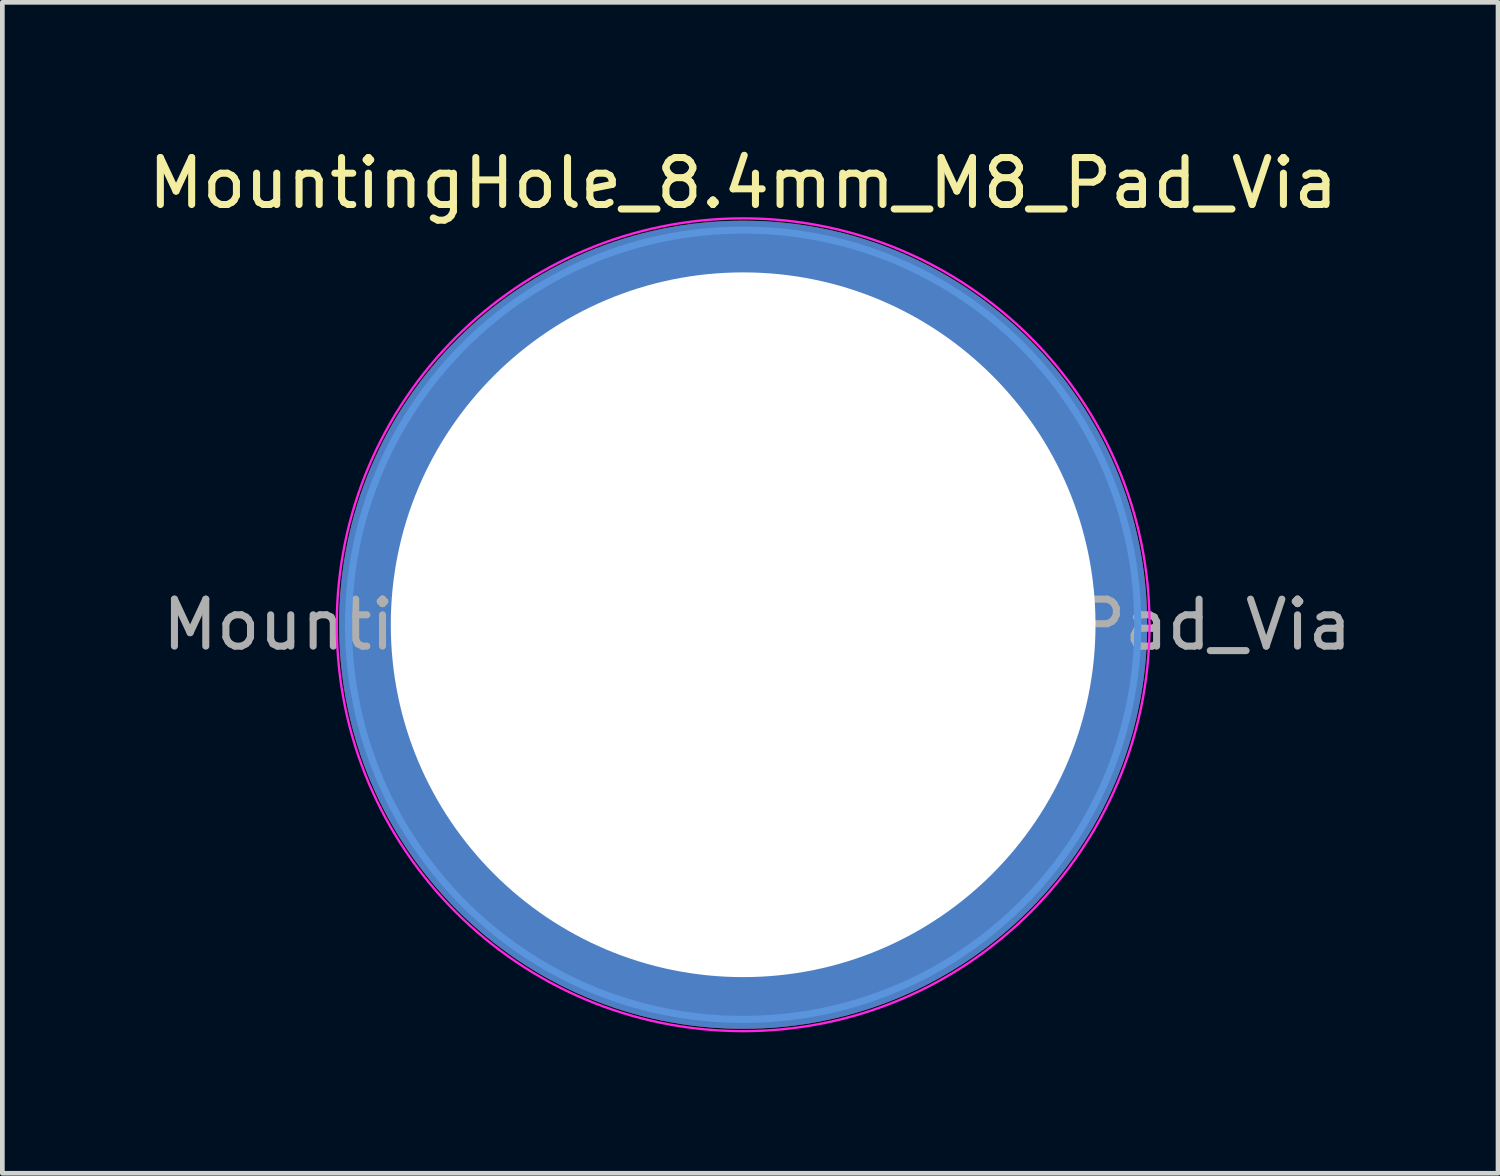
<source format=kicad_pcb>
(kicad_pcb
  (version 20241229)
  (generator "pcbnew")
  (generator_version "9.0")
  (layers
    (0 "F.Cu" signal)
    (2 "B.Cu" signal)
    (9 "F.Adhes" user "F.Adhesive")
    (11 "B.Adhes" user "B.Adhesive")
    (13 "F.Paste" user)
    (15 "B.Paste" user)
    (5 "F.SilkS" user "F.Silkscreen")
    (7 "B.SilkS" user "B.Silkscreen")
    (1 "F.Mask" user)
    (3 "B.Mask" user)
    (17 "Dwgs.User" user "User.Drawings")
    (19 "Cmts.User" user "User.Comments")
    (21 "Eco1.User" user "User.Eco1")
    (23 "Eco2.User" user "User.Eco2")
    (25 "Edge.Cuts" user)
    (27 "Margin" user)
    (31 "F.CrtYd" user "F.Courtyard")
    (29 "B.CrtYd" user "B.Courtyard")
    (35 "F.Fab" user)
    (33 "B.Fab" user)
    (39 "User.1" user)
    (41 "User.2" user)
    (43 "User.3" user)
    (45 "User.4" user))
  (footprint "MountingHole_8.4mm_M8_Pad_Via"
    (layer "F.Cu")
    (at 12.768 10.248)
    (property "Reference" "MountingHole_8.4mm_M8_Pad_Via" (at 0 -9.4 0) (layer "F.SilkS") (effects (font (size 1 1) (thickness 0.15))))
    (attr exclude_from_pos_files exclude_from_bom)
    (fp_circle (center 0 0) (end 8.4 0) (stroke (width 0.15) (type solid)) (fill no) (layer "Cmts.User"))
    (fp_circle (center 0 0) (end 8.65 0) (stroke (width 0.05) (type solid)) (fill no) (layer "F.CrtYd"))
    (fp_text user "${REFERENCE}" (at 0.3 0 0) (layer "F.Fab") (effects (font (size 1 1) (thickness 0.15))))
    (pad "1" thru_hole circle (at -6.3 0) (size 1.1 1.1) (drill 0.8) (layers "*.Cu" "*.Mask"))
    (pad "1" thru_hole circle (at -4.455 -4.455) (size 1.1 1.1) (drill 0.8) (layers "*.Cu" "*.Mask"))
    (pad "1" thru_hole circle (at -4.455 4.455) (size 1.1 1.1) (drill 0.8) (layers "*.Cu" "*.Mask"))
    (pad "1" thru_hole circle (at 0 -6.3) (size 1.1 1.1) (drill 0.8) (layers "*.Cu" "*.Mask"))
    (pad "1" thru_hole circle (at 0 0) (size 17.2 17.2) (drill 15) (layers "*.Cu" "*.Mask"))
    (pad "1" thru_hole circle (at 0 6.3) (size 1.1 1.1) (drill 0.8) (layers "*.Cu" "*.Mask"))
    (pad "1" thru_hole circle (at 4.455 -4.455) (size 1.1 1.1) (drill 0.8) (layers "*.Cu" "*.Mask"))
    (pad "1" thru_hole circle (at 4.455 4.455) (size 1.1 1.1) (drill 0.8) (layers "*.Cu" "*.Mask"))
    (pad "1" thru_hole circle (at 6.3 0) (size 1.1 1.1) (drill 0.8) (layers "*.Cu" "*.Mask")))
  (gr_rect
    (start -3 -3)
    (end 28.836 21.923)
    (stroke (width 0.1) (type default))
    (fill no)
    (layer "Edge.Cuts")))
</source>
